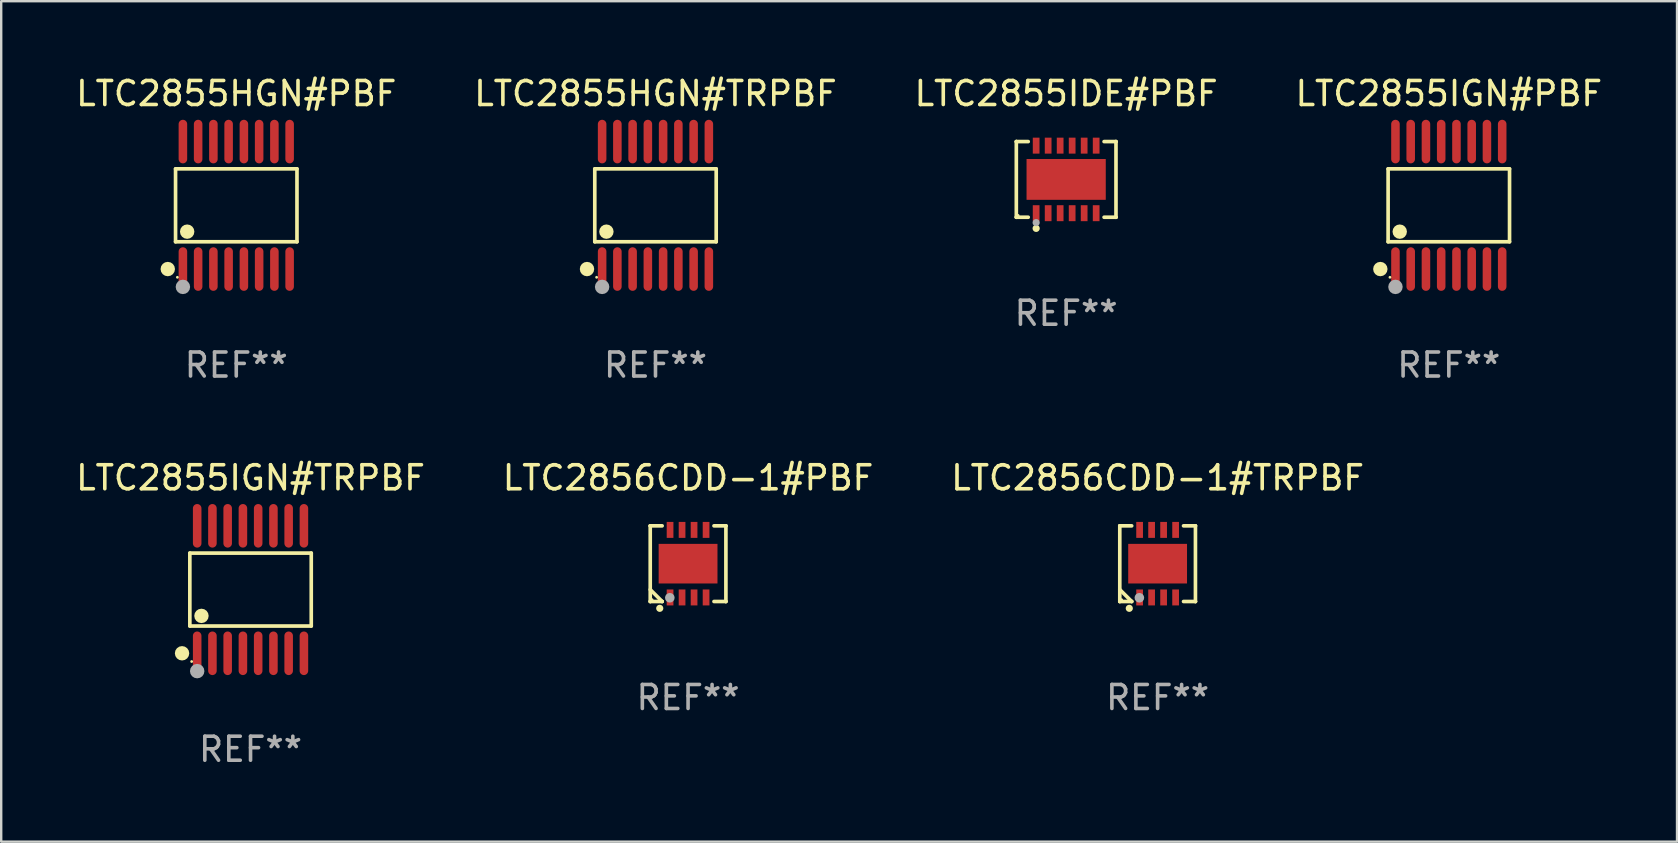
<source format=kicad_pcb>
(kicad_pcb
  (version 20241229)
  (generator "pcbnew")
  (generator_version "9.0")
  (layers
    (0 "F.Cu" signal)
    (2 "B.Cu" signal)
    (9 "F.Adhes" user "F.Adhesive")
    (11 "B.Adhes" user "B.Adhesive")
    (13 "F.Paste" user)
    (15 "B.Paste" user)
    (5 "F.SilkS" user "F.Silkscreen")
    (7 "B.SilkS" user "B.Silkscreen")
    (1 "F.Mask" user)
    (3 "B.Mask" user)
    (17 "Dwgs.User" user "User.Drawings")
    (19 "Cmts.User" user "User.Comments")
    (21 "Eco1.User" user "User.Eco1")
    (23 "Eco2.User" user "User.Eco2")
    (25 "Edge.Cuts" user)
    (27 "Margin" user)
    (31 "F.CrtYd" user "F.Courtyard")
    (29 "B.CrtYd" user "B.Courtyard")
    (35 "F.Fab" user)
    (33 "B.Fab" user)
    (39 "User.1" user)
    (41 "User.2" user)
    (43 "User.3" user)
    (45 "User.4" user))
  (footprint "LTC2856CDD-1#TRPBF"
    (layer "F.Cu")
    (at 45.173 20.431)
    (property "Reference" "LTC2856CDD-1#TRPBF" (at 0 -3.576 0) (layer "F.SilkS") (effects (font (size 1 1) (thickness 0.15))))
    (attr through_hole)
    (fp_line (start -1.576 -1.576) (end -1.576 -1.576) (stroke (width 0.152) (type solid)) (layer "F.SilkS"))
    (fp_line (start -1.576 -1.576) (end -1.08 -1.576) (stroke (width 0.152) (type solid)) (layer "F.SilkS"))
    (fp_line (start -1.576 1.576) (end -1.576 -1.576) (stroke (width 0.152) (type solid)) (layer "F.SilkS"))
    (fp_line (start -1.576 1.576) (end -1.576 1.576) (stroke (width 0.152) (type solid)) (layer "F.SilkS"))
    (fp_line (start -1.08 1.575) (end -1.576 1.079) (stroke (width 0.152) (type solid)) (layer "F.SilkS"))
    (fp_line (start -1.08 1.576) (end -1.576 1.576) (stroke (width 0.152) (type solid)) (layer "F.SilkS"))
    (fp_line (start -1.08 1.576) (end -1.08 1.575) (stroke (width 0.152) (type solid)) (layer "F.SilkS"))
    (fp_line (start 1.08 1.576) (end 1.576 1.576) (stroke (width 0.152) (type solid)) (layer "F.SilkS"))
    (fp_line (start 1.576 -1.576) (end 1.08 -1.576) (stroke (width 0.152) (type solid)) (layer "F.SilkS"))
    (fp_line (start 1.576 -1.576) (end 1.576 -1.576) (stroke (width 0.152) (type solid)) (layer "F.SilkS"))
    (fp_line (start 1.576 1.576) (end 1.576 -1.576) (stroke (width 0.152) (type solid)) (layer "F.SilkS"))
    (fp_line (start 1.576 1.576) (end 1.576 1.576) (stroke (width 0.152) (type solid)) (layer "F.SilkS"))
    (fp_circle (center -1.5 1.5) (end -1.47 1.5) (stroke (width 0.06) (type solid)) (fill no) (layer "F.SilkS"))
    (fp_circle (center -1.18 1.86) (end -1.105 1.86) (stroke (width 0.15) (type solid)) (fill no) (layer "F.SilkS"))
    (fp_circle (center -0.76 1.42) (end -0.66 1.42) (stroke (width 0.2) (type solid)) (fill no) (layer "F.Fab"))
    (fp_text user "REF**" (at 0 5.576 0) (layer "F.Fab") (effects (font (size 1 1) (thickness 0.15))))
    (pad "1" smd rect (at -0.75 1.407) (size 0.28 0.665) (layers "F.Cu" "F.Mask" "F.Paste"))
    (pad "2" smd rect (at -0.25 1.407) (size 0.28 0.665) (layers "F.Cu" "F.Mask" "F.Paste"))
    (pad "3" smd rect (at 0.25 1.407) (size 0.28 0.665) (layers "F.Cu" "F.Mask" "F.Paste"))
    (pad "4" smd rect (at 0.75 1.407) (size 0.28 0.665) (layers "F.Cu" "F.Mask" "F.Paste"))
    (pad "5" smd rect (at 0.75 -1.407) (size 0.28 0.665) (layers "F.Cu" "F.Mask" "F.Paste"))
    (pad "6" smd rect (at 0.25 -1.407) (size 0.28 0.665) (layers "F.Cu" "F.Mask" "F.Paste"))
    (pad "7" smd rect (at -0.25 -1.407) (size 0.28 0.665) (layers "F.Cu" "F.Mask" "F.Paste"))
    (pad "8" smd rect (at -0.75 -1.407) (size 0.28 0.665) (layers "F.Cu" "F.Mask" "F.Paste"))
    (pad "9" smd rect (at 0 0) (size 2.45 1.65) (layers "F.Cu" "F.Mask" "F.Paste")))
  (footprint "LTC2855IDE#PBF"
    (layer "F.Cu")
    (at 41.363 4.424)
    (property "Reference" "LTC2855IDE#PBF" (at 0 -3.576 0) (layer "F.SilkS") (effects (font (size 1 1) (thickness 0.15))))
    (attr through_hole)
    (fp_line (start -2.076 -1.576) (end -2.076 -1.576) (stroke (width 0.152) (type solid)) (layer "F.SilkS"))
    (fp_line (start -2.076 -1.576) (end -1.58 -1.576) (stroke (width 0.152) (type solid)) (layer "F.SilkS"))
    (fp_line (start -2.076 1.576) (end -2.076 -1.576) (stroke (width 0.152) (type solid)) (layer "F.SilkS"))
    (fp_line (start -2.076 1.576) (end -2.076 1.576) (stroke (width 0.152) (type solid)) (layer "F.SilkS"))
    (fp_line (start -1.58 1.576) (end -2.076 1.576) (stroke (width 0.152) (type solid)) (layer "F.SilkS"))
    (fp_line (start 1.58 1.576) (end 2.076 1.576) (stroke (width 0.152) (type solid)) (layer "F.SilkS"))
    (fp_line (start 2.076 -1.576) (end 1.58 -1.576) (stroke (width 0.152) (type solid)) (layer "F.SilkS"))
    (fp_line (start 2.076 -1.576) (end 2.076 -1.576) (stroke (width 0.152) (type solid)) (layer "F.SilkS"))
    (fp_line (start 2.076 1.576) (end 2.076 -1.576) (stroke (width 0.152) (type solid)) (layer "F.SilkS"))
    (fp_line (start 2.076 1.576) (end 2.076 1.576) (stroke (width 0.152) (type solid)) (layer "F.SilkS"))
    (fp_circle (center -2 1.5) (end -1.97 1.5) (stroke (width 0.06) (type solid)) (fill no) (layer "F.SilkS"))
    (fp_circle (center -1.25 2.04) (end -1.175 2.04) (stroke (width 0.15) (type solid)) (fill no) (layer "F.SilkS"))
    (fp_circle (center -1.25 1.8) (end -1.175 1.8) (stroke (width 0.15) (type solid)) (fill no) (layer "F.Fab"))
    (fp_text user "REF**" (at 0 5.576 0) (layer "F.Fab") (effects (font (size 1 1) (thickness 0.15))))
    (pad "1" smd rect (at -1.25 1.407) (size 0.28 0.665) (layers "F.Cu" "F.Mask" "F.Paste"))
    (pad "2" smd rect (at -0.75 1.407) (size 0.28 0.665) (layers "F.Cu" "F.Mask" "F.Paste"))
    (pad "3" smd rect (at -0.25 1.407) (size 0.28 0.665) (layers "F.Cu" "F.Mask" "F.Paste"))
    (pad "4" smd rect (at 0.25 1.407) (size 0.28 0.665) (layers "F.Cu" "F.Mask" "F.Paste"))
    (pad "5" smd rect (at 0.75 1.407) (size 0.28 0.665) (layers "F.Cu" "F.Mask" "F.Paste"))
    (pad "6" smd rect (at 1.25 1.407) (size 0.28 0.665) (layers "F.Cu" "F.Mask" "F.Paste"))
    (pad "7" smd rect (at 1.25 -1.407) (size 0.28 0.665) (layers "F.Cu" "F.Mask" "F.Paste"))
    (pad "8" smd rect (at 0.75 -1.407) (size 0.28 0.665) (layers "F.Cu" "F.Mask" "F.Paste"))
    (pad "9" smd rect (at 0.25 -1.407) (size 0.28 0.665) (layers "F.Cu" "F.Mask" "F.Paste"))
    (pad "10" smd rect (at -0.25 -1.407) (size 0.28 0.665) (layers "F.Cu" "F.Mask" "F.Paste"))
    (pad "11" smd rect (at -0.75 -1.407) (size 0.28 0.665) (layers "F.Cu" "F.Mask" "F.Paste"))
    (pad "12" smd rect (at -1.25 -1.407) (size 0.28 0.665) (layers "F.Cu" "F.Mask" "F.Paste"))
    (pad "13" smd rect (at 0 0) (size 3.3 1.7) (layers "F.Cu" "F.Mask" "F.Paste")))
  (footprint "LTC2855IGN#TRPBF"
    (layer "F.Cu")
    (at 7.387 21.509)
    (property "Reference" "LTC2855IGN#TRPBF" (at 0 -4.655 0) (layer "F.SilkS") (effects (font (size 1 1) (thickness 0.15))))
    (attr through_hole)
    (fp_line (start -2.529 -1.519) (end 2.529 -1.519) (stroke (width 0.152) (type solid)) (layer "F.SilkS"))
    (fp_line (start -2.529 1.519) (end -2.529 -1.519) (stroke (width 0.152) (type solid)) (layer "F.SilkS"))
    (fp_line (start 2.529 -1.519) (end 2.529 1.519) (stroke (width 0.152) (type solid)) (layer "F.SilkS"))
    (fp_line (start 2.529 1.519) (end -2.529 1.519) (stroke (width 0.152) (type solid)) (layer "F.SilkS"))
    (fp_circle (center -2.853 2.655) (end -2.703 2.655) (stroke (width 0.3) (type solid)) (fill no) (layer "F.SilkS"))
    (fp_circle (center -2.453 2.998) (end -2.423 2.998) (stroke (width 0.06) (type solid)) (fill no) (layer "F.SilkS"))
    (fp_circle (center -2.045 1.097) (end -1.895 1.097) (stroke (width 0.3) (type solid)) (fill no) (layer "F.SilkS"))
    (fp_circle (center -2.223 3.398) (end -2.072 3.398) (stroke (width 0.3) (type solid)) (fill no) (layer "F.Fab"))
    (fp_text user "REF**" (at 0 6.655 0) (layer "F.Fab") (effects (font (size 1 1) (thickness 0.15))))
    (pad "1" smd oval (at -2.223 2.655) (size 0.356 1.815) (layers "F.Cu" "F.Mask" "F.Paste"))
    (pad "2" smd oval (at -1.588 2.655) (size 0.356 1.815) (layers "F.Cu" "F.Mask" "F.Paste"))
    (pad "3" smd oval (at -0.953 2.655) (size 0.356 1.815) (layers "F.Cu" "F.Mask" "F.Paste"))
    (pad "4" smd oval (at -0.318 2.655) (size 0.356 1.815) (layers "F.Cu" "F.Mask" "F.Paste"))
    (pad "5" smd oval (at 0.318 2.655) (size 0.356 1.815) (layers "F.Cu" "F.Mask" "F.Paste"))
    (pad "6" smd oval (at 0.953 2.655) (size 0.356 1.815) (layers "F.Cu" "F.Mask" "F.Paste"))
    (pad "7" smd oval (at 1.588 2.655) (size 0.356 1.815) (layers "F.Cu" "F.Mask" "F.Paste"))
    (pad "8" smd oval (at 2.223 2.655) (size 0.356 1.815) (layers "F.Cu" "F.Mask" "F.Paste"))
    (pad "9" smd oval (at 2.223 -2.655) (size 0.356 1.815) (layers "F.Cu" "F.Mask" "F.Paste"))
    (pad "10" smd oval (at 1.588 -2.655) (size 0.356 1.815) (layers "F.Cu" "F.Mask" "F.Paste"))
    (pad "11" smd oval (at 0.953 -2.655) (size 0.356 1.815) (layers "F.Cu" "F.Mask" "F.Paste"))
    (pad "12" smd oval (at 0.318 -2.655) (size 0.356 1.815) (layers "F.Cu" "F.Mask" "F.Paste"))
    (pad "13" smd oval (at -0.318 -2.655) (size 0.356 1.815) (layers "F.Cu" "F.Mask" "F.Paste"))
    (pad "14" smd oval (at -0.953 -2.655) (size 0.356 1.815) (layers "F.Cu" "F.Mask" "F.Paste"))
    (pad "15" smd oval (at -1.588 -2.655) (size 0.356 1.815) (layers "F.Cu" "F.Mask" "F.Paste"))
    (pad "16" smd oval (at -2.223 -2.655) (size 0.356 1.815) (layers "F.Cu" "F.Mask" "F.Paste")))
  (footprint "LTC2855HGN#TRPBF"
    (layer "F.Cu")
    (at 24.256 5.503)
    (property "Reference" "LTC2855HGN#TRPBF" (at 0 -4.655 0) (layer "F.SilkS") (effects (font (size 1 1) (thickness 0.15))))
    (attr through_hole)
    (fp_line (start -2.529 -1.519) (end 2.529 -1.519) (stroke (width 0.152) (type solid)) (layer "F.SilkS"))
    (fp_line (start -2.529 1.519) (end -2.529 -1.519) (stroke (width 0.152) (type solid)) (layer "F.SilkS"))
    (fp_line (start 2.529 -1.519) (end 2.529 1.519) (stroke (width 0.152) (type solid)) (layer "F.SilkS"))
    (fp_line (start 2.529 1.519) (end -2.529 1.519) (stroke (width 0.152) (type solid)) (layer "F.SilkS"))
    (fp_circle (center -2.853 2.655) (end -2.703 2.655) (stroke (width 0.3) (type solid)) (fill no) (layer "F.SilkS"))
    (fp_circle (center -2.453 2.998) (end -2.423 2.998) (stroke (width 0.06) (type solid)) (fill no) (layer "F.SilkS"))
    (fp_circle (center -2.045 1.097) (end -1.895 1.097) (stroke (width 0.3) (type solid)) (fill no) (layer "F.SilkS"))
    (fp_circle (center -2.223 3.398) (end -2.072 3.398) (stroke (width 0.3) (type solid)) (fill no) (layer "F.Fab"))
    (fp_text user "REF**" (at 0 6.655 0) (layer "F.Fab") (effects (font (size 1 1) (thickness 0.15))))
    (pad "1" smd oval (at -2.223 2.655) (size 0.356 1.815) (layers "F.Cu" "F.Mask" "F.Paste"))
    (pad "2" smd oval (at -1.588 2.655) (size 0.356 1.815) (layers "F.Cu" "F.Mask" "F.Paste"))
    (pad "3" smd oval (at -0.953 2.655) (size 0.356 1.815) (layers "F.Cu" "F.Mask" "F.Paste"))
    (pad "4" smd oval (at -0.318 2.655) (size 0.356 1.815) (layers "F.Cu" "F.Mask" "F.Paste"))
    (pad "5" smd oval (at 0.318 2.655) (size 0.356 1.815) (layers "F.Cu" "F.Mask" "F.Paste"))
    (pad "6" smd oval (at 0.953 2.655) (size 0.356 1.815) (layers "F.Cu" "F.Mask" "F.Paste"))
    (pad "7" smd oval (at 1.588 2.655) (size 0.356 1.815) (layers "F.Cu" "F.Mask" "F.Paste"))
    (pad "8" smd oval (at 2.223 2.655) (size 0.356 1.815) (layers "F.Cu" "F.Mask" "F.Paste"))
    (pad "9" smd oval (at 2.223 -2.655) (size 0.356 1.815) (layers "F.Cu" "F.Mask" "F.Paste"))
    (pad "10" smd oval (at 1.588 -2.655) (size 0.356 1.815) (layers "F.Cu" "F.Mask" "F.Paste"))
    (pad "11" smd oval (at 0.953 -2.655) (size 0.356 1.815) (layers "F.Cu" "F.Mask" "F.Paste"))
    (pad "12" smd oval (at 0.318 -2.655) (size 0.356 1.815) (layers "F.Cu" "F.Mask" "F.Paste"))
    (pad "13" smd oval (at -0.318 -2.655) (size 0.356 1.815) (layers "F.Cu" "F.Mask" "F.Paste"))
    (pad "14" smd oval (at -0.953 -2.655) (size 0.356 1.815) (layers "F.Cu" "F.Mask" "F.Paste"))
    (pad "15" smd oval (at -1.588 -2.655) (size 0.356 1.815) (layers "F.Cu" "F.Mask" "F.Paste"))
    (pad "16" smd oval (at -2.223 -2.655) (size 0.356 1.815) (layers "F.Cu" "F.Mask" "F.Paste")))
  (footprint "LTC2855IGN#PBF"
    (layer "F.Cu")
    (at 57.304 5.503)
    (property "Reference" "LTC2855IGN#PBF" (at 0 -4.655 0) (layer "F.SilkS") (effects (font (size 1 1) (thickness 0.15))))
    (attr through_hole)
    (fp_line (start -2.529 -1.519) (end 2.529 -1.519) (stroke (width 0.152) (type solid)) (layer "F.SilkS"))
    (fp_line (start -2.529 1.519) (end -2.529 -1.519) (stroke (width 0.152) (type solid)) (layer "F.SilkS"))
    (fp_line (start 2.529 -1.519) (end 2.529 1.519) (stroke (width 0.152) (type solid)) (layer "F.SilkS"))
    (fp_line (start 2.529 1.519) (end -2.529 1.519) (stroke (width 0.152) (type solid)) (layer "F.SilkS"))
    (fp_circle (center -2.853 2.655) (end -2.703 2.655) (stroke (width 0.3) (type solid)) (fill no) (layer "F.SilkS"))
    (fp_circle (center -2.453 2.998) (end -2.423 2.998) (stroke (width 0.06) (type solid)) (fill no) (layer "F.SilkS"))
    (fp_circle (center -2.045 1.097) (end -1.895 1.097) (stroke (width 0.3) (type solid)) (fill no) (layer "F.SilkS"))
    (fp_circle (center -2.223 3.398) (end -2.072 3.398) (stroke (width 0.3) (type solid)) (fill no) (layer "F.Fab"))
    (fp_text user "REF**" (at 0 6.655 0) (layer "F.Fab") (effects (font (size 1 1) (thickness 0.15))))
    (pad "1" smd oval (at -2.223 2.655) (size 0.356 1.815) (layers "F.Cu" "F.Mask" "F.Paste"))
    (pad "2" smd oval (at -1.588 2.655) (size 0.356 1.815) (layers "F.Cu" "F.Mask" "F.Paste"))
    (pad "3" smd oval (at -0.953 2.655) (size 0.356 1.815) (layers "F.Cu" "F.Mask" "F.Paste"))
    (pad "4" smd oval (at -0.318 2.655) (size 0.356 1.815) (layers "F.Cu" "F.Mask" "F.Paste"))
    (pad "5" smd oval (at 0.318 2.655) (size 0.356 1.815) (layers "F.Cu" "F.Mask" "F.Paste"))
    (pad "6" smd oval (at 0.953 2.655) (size 0.356 1.815) (layers "F.Cu" "F.Mask" "F.Paste"))
    (pad "7" smd oval (at 1.588 2.655) (size 0.356 1.815) (layers "F.Cu" "F.Mask" "F.Paste"))
    (pad "8" smd oval (at 2.223 2.655) (size 0.356 1.815) (layers "F.Cu" "F.Mask" "F.Paste"))
    (pad "9" smd oval (at 2.223 -2.655) (size 0.356 1.815) (layers "F.Cu" "F.Mask" "F.Paste"))
    (pad "10" smd oval (at 1.588 -2.655) (size 0.356 1.815) (layers "F.Cu" "F.Mask" "F.Paste"))
    (pad "11" smd oval (at 0.953 -2.655) (size 0.356 1.815) (layers "F.Cu" "F.Mask" "F.Paste"))
    (pad "12" smd oval (at 0.318 -2.655) (size 0.356 1.815) (layers "F.Cu" "F.Mask" "F.Paste"))
    (pad "13" smd oval (at -0.318 -2.655) (size 0.356 1.815) (layers "F.Cu" "F.Mask" "F.Paste"))
    (pad "14" smd oval (at -0.953 -2.655) (size 0.356 1.815) (layers "F.Cu" "F.Mask" "F.Paste"))
    (pad "15" smd oval (at -1.588 -2.655) (size 0.356 1.815) (layers "F.Cu" "F.Mask" "F.Paste"))
    (pad "16" smd oval (at -2.223 -2.655) (size 0.356 1.815) (layers "F.Cu" "F.Mask" "F.Paste")))
  (footprint "LTC2856CDD-1#PBF"
    (layer "F.Cu")
    (at 25.613 20.431)
    (property "Reference" "LTC2856CDD-1#PBF" (at 0 -3.576 0) (layer "F.SilkS") (effects (font (size 1 1) (thickness 0.15))))
    (attr through_hole)
    (fp_line (start -1.576 -1.576) (end -1.576 -1.576) (stroke (width 0.152) (type solid)) (layer "F.SilkS"))
    (fp_line (start -1.576 -1.576) (end -1.08 -1.576) (stroke (width 0.152) (type solid)) (layer "F.SilkS"))
    (fp_line (start -1.576 1.576) (end -1.576 -1.576) (stroke (width 0.152) (type solid)) (layer "F.SilkS"))
    (fp_line (start -1.576 1.576) (end -1.576 1.576) (stroke (width 0.152) (type solid)) (layer "F.SilkS"))
    (fp_line (start -1.08 1.575) (end -1.576 1.079) (stroke (width 0.152) (type solid)) (layer "F.SilkS"))
    (fp_line (start -1.08 1.576) (end -1.576 1.576) (stroke (width 0.152) (type solid)) (layer "F.SilkS"))
    (fp_line (start -1.08 1.576) (end -1.08 1.575) (stroke (width 0.152) (type solid)) (layer "F.SilkS"))
    (fp_line (start 1.08 1.576) (end 1.576 1.576) (stroke (width 0.152) (type solid)) (layer "F.SilkS"))
    (fp_line (start 1.576 -1.576) (end 1.08 -1.576) (stroke (width 0.152) (type solid)) (layer "F.SilkS"))
    (fp_line (start 1.576 -1.576) (end 1.576 -1.576) (stroke (width 0.152) (type solid)) (layer "F.SilkS"))
    (fp_line (start 1.576 1.576) (end 1.576 -1.576) (stroke (width 0.152) (type solid)) (layer "F.SilkS"))
    (fp_line (start 1.576 1.576) (end 1.576 1.576) (stroke (width 0.152) (type solid)) (layer "F.SilkS"))
    (fp_circle (center -1.5 1.5) (end -1.47 1.5) (stroke (width 0.06) (type solid)) (fill no) (layer "F.SilkS"))
    (fp_circle (center -1.18 1.86) (end -1.105 1.86) (stroke (width 0.15) (type solid)) (fill no) (layer "F.SilkS"))
    (fp_circle (center -0.76 1.42) (end -0.66 1.42) (stroke (width 0.2) (type solid)) (fill no) (layer "F.Fab"))
    (fp_text user "REF**" (at 0 5.576 0) (layer "F.Fab") (effects (font (size 1 1) (thickness 0.15))))
    (pad "1" smd rect (at -0.75 1.407) (size 0.28 0.665) (layers "F.Cu" "F.Mask" "F.Paste"))
    (pad "2" smd rect (at -0.25 1.407) (size 0.28 0.665) (layers "F.Cu" "F.Mask" "F.Paste"))
    (pad "3" smd rect (at 0.25 1.407) (size 0.28 0.665) (layers "F.Cu" "F.Mask" "F.Paste"))
    (pad "4" smd rect (at 0.75 1.407) (size 0.28 0.665) (layers "F.Cu" "F.Mask" "F.Paste"))
    (pad "5" smd rect (at 0.75 -1.407) (size 0.28 0.665) (layers "F.Cu" "F.Mask" "F.Paste"))
    (pad "6" smd rect (at 0.25 -1.407) (size 0.28 0.665) (layers "F.Cu" "F.Mask" "F.Paste"))
    (pad "7" smd rect (at -0.25 -1.407) (size 0.28 0.665) (layers "F.Cu" "F.Mask" "F.Paste"))
    (pad "8" smd rect (at -0.75 -1.407) (size 0.28 0.665) (layers "F.Cu" "F.Mask" "F.Paste"))
    (pad "9" smd rect (at 0 0) (size 2.45 1.65) (layers "F.Cu" "F.Mask" "F.Paste")))
  (footprint "LTC2855HGN#PBF"
    (layer "F.Cu")
    (at 6.792 5.503)
    (property "Reference" "LTC2855HGN#PBF" (at 0 -4.655 0) (layer "F.SilkS") (effects (font (size 1 1) (thickness 0.15))))
    (attr through_hole)
    (fp_line (start -2.529 -1.519) (end 2.529 -1.519) (stroke (width 0.152) (type solid)) (layer "F.SilkS"))
    (fp_line (start -2.529 1.519) (end -2.529 -1.519) (stroke (width 0.152) (type solid)) (layer "F.SilkS"))
    (fp_line (start 2.529 -1.519) (end 2.529 1.519) (stroke (width 0.152) (type solid)) (layer "F.SilkS"))
    (fp_line (start 2.529 1.519) (end -2.529 1.519) (stroke (width 0.152) (type solid)) (layer "F.SilkS"))
    (fp_circle (center -2.853 2.655) (end -2.703 2.655) (stroke (width 0.3) (type solid)) (fill no) (layer "F.SilkS"))
    (fp_circle (center -2.453 2.998) (end -2.423 2.998) (stroke (width 0.06) (type solid)) (fill no) (layer "F.SilkS"))
    (fp_circle (center -2.045 1.097) (end -1.895 1.097) (stroke (width 0.3) (type solid)) (fill no) (layer "F.SilkS"))
    (fp_circle (center -2.223 3.398) (end -2.072 3.398) (stroke (width 0.3) (type solid)) (fill no) (layer "F.Fab"))
    (fp_text user "REF**" (at 0 6.655 0) (layer "F.Fab") (effects (font (size 1 1) (thickness 0.15))))
    (pad "1" smd oval (at -2.223 2.655) (size 0.356 1.815) (layers "F.Cu" "F.Mask" "F.Paste"))
    (pad "2" smd oval (at -1.588 2.655) (size 0.356 1.815) (layers "F.Cu" "F.Mask" "F.Paste"))
    (pad "3" smd oval (at -0.953 2.655) (size 0.356 1.815) (layers "F.Cu" "F.Mask" "F.Paste"))
    (pad "4" smd oval (at -0.318 2.655) (size 0.356 1.815) (layers "F.Cu" "F.Mask" "F.Paste"))
    (pad "5" smd oval (at 0.318 2.655) (size 0.356 1.815) (layers "F.Cu" "F.Mask" "F.Paste"))
    (pad "6" smd oval (at 0.953 2.655) (size 0.356 1.815) (layers "F.Cu" "F.Mask" "F.Paste"))
    (pad "7" smd oval (at 1.588 2.655) (size 0.356 1.815) (layers "F.Cu" "F.Mask" "F.Paste"))
    (pad "8" smd oval (at 2.223 2.655) (size 0.356 1.815) (layers "F.Cu" "F.Mask" "F.Paste"))
    (pad "9" smd oval (at 2.223 -2.655) (size 0.356 1.815) (layers "F.Cu" "F.Mask" "F.Paste"))
    (pad "10" smd oval (at 1.588 -2.655) (size 0.356 1.815) (layers "F.Cu" "F.Mask" "F.Paste"))
    (pad "11" smd oval (at 0.953 -2.655) (size 0.356 1.815) (layers "F.Cu" "F.Mask" "F.Paste"))
    (pad "12" smd oval (at 0.318 -2.655) (size 0.356 1.815) (layers "F.Cu" "F.Mask" "F.Paste"))
    (pad "13" smd oval (at -0.318 -2.655) (size 0.356 1.815) (layers "F.Cu" "F.Mask" "F.Paste"))
    (pad "14" smd oval (at -0.953 -2.655) (size 0.356 1.815) (layers "F.Cu" "F.Mask" "F.Paste"))
    (pad "15" smd oval (at -1.588 -2.655) (size 0.356 1.815) (layers "F.Cu" "F.Mask" "F.Paste"))
    (pad "16" smd oval (at -2.223 -2.655) (size 0.356 1.815) (layers "F.Cu" "F.Mask" "F.Paste")))
  (gr_rect
    (start -3 -3)
    (end 66.81 32.012)
    (stroke (width 0.1) (type default))
    (fill no)
    (layer "Edge.Cuts")))
</source>
